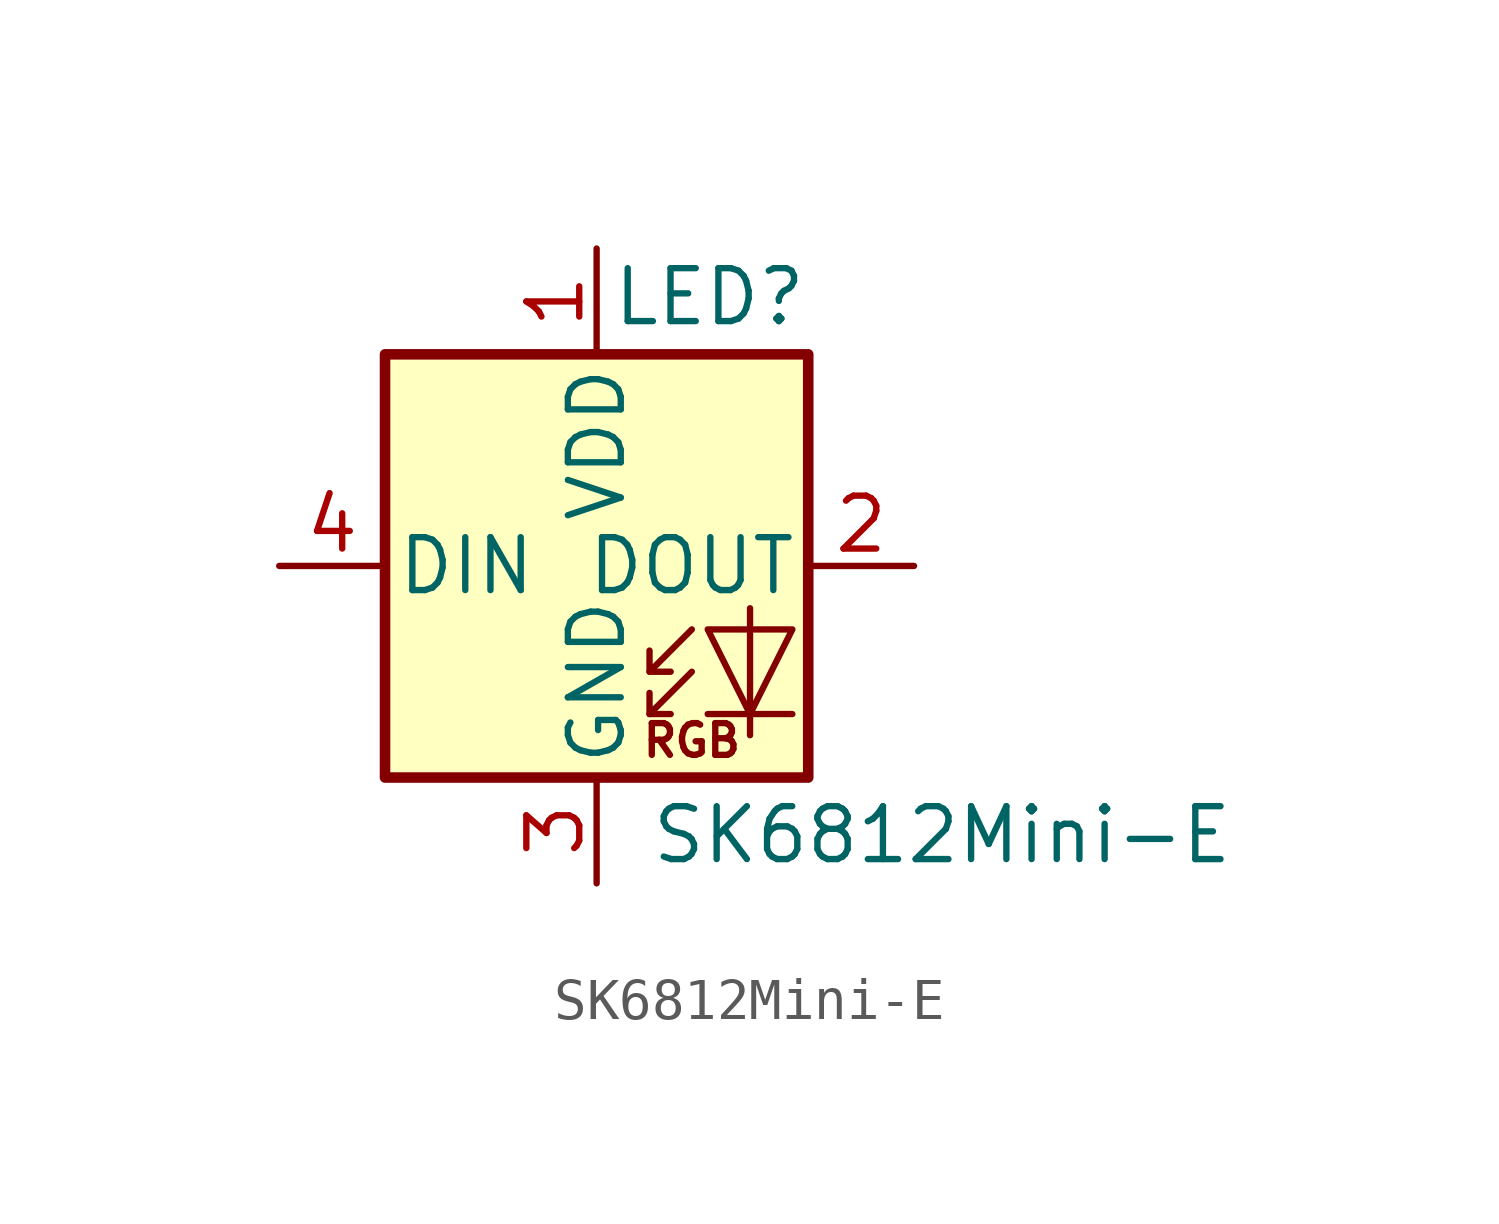
<source format=kicad_sym>
(kicad_symbol_lib
  (version 20220914)
  (generator kicad_symbol_editor)
  (symbol "SK6812Mini-E"
    (pin_names
      (offset 0.254))
    (property "Reference" "LED"
      (at 5.08 5.715 0)
      (effects (font (size 1.27 1.27)) (justify right bottom)))
    (property "Value" "SK6812Mini-E"
      (at 1.27 -5.715 0)
      (effects (font (size 1.27 1.27)) (justify left top)))
    (symbol "SK6812Mini-E_0_0"
      (text "RGB" (at 2.286 -4.191 0) (effects (font (size 0.762 0.762)))))
    (symbol "SK6812Mini-E_0_1"
      (polyline (pts (xy 1.27 -3.556) (xy 1.778 -3.556)) (stroke (width 0) (type default)) (fill (type none)))
      (polyline (pts (xy 1.27 -2.54) (xy 1.778 -2.54)) (stroke (width 0) (type default)) (fill (type none)))
      (polyline (pts (xy 4.699 -3.556) (xy 2.667 -3.556)) (stroke (width 0) (type default)) (fill (type none)))
      (polyline (pts (xy 2.286 -2.54) (xy 1.27 -3.556) (xy 1.27 -3.048)) (stroke (width 0) (type default)) (fill (type none)))
      (polyline (pts (xy 2.286 -1.524) (xy 1.27 -2.54) (xy 1.27 -2.032)) (stroke (width 0) (type default)) (fill (type none)))
      (polyline (pts (xy 3.683 -1.016) (xy 3.683 -3.556) (xy 3.683 -4.064)) (stroke (width 0) (type default)) (fill (type none)))
      (polyline (pts (xy 4.699 -1.524) (xy 2.667 -1.524) (xy 3.683 -3.556) (xy 4.699 -1.524)) (stroke (width 0) (type default)) (fill (type none)))
      (rectangle (start 5.08 5.08) (end -5.08 -5.08) (stroke (width 0.254) (type default)) (fill (type background))))
    (symbol "SK6812Mini-E_1_1"
      (pin power_in line (at 0 7.62 270) (length 2.54) (name "VDD" (effects (font (size 1.27 1.27)))) (number "1" (effects (font (size 1.27 1.27)))))
      (pin output line (at 7.62 0 180) (length 2.54) (name "DOUT" (effects (font (size 1.27 1.27)))) (number "2" (effects (font (size 1.27 1.27)))))
      (pin power_in line (at 0 -7.62 90) (length 2.54) (name "GND" (effects (font (size 1.27 1.27)))) (number "3" (effects (font (size 1.27 1.27)))))
      (pin input line (at -7.62 0 0) (length 2.54) (name "DIN" (effects (font (size 1.27 1.27)))) (number "4" (effects (font (size 1.27 1.27))))))))
</source>
